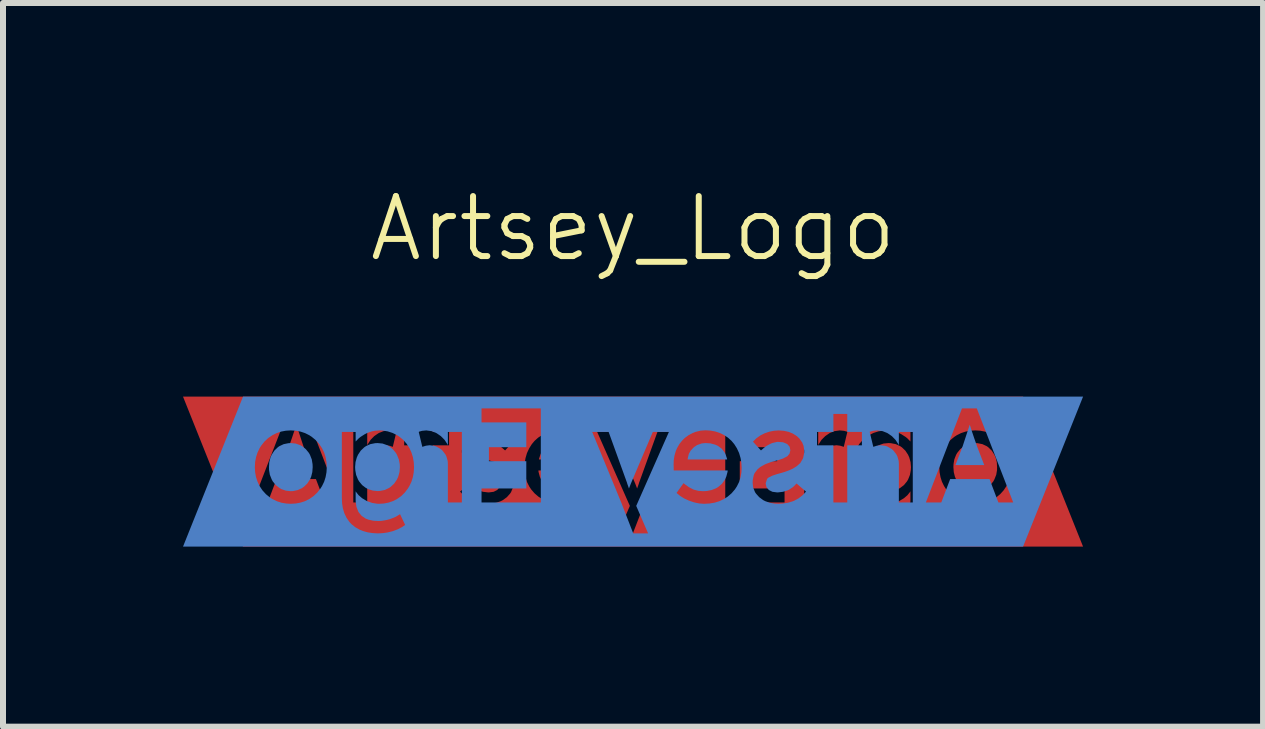
<source format=kicad_pcb>
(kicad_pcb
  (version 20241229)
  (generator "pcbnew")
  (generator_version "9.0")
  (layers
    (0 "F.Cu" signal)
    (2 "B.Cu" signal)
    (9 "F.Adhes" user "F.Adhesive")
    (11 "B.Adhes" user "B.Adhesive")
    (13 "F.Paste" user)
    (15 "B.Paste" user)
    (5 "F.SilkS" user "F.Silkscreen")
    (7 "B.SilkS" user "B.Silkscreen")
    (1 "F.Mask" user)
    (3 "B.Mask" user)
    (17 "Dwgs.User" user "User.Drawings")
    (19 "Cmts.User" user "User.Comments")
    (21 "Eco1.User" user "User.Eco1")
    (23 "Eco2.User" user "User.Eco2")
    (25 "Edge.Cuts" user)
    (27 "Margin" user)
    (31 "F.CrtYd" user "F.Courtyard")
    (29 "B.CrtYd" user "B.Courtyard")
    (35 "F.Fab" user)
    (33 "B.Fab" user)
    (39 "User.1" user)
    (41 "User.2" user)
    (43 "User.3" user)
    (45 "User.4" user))
  (footprint "Artsey_Logo"
    (layer "F.Cu")
    (at 7.5 4.66)
    (property "Reference" "Artsey_Logo" (at 0 -3.9 0) (unlocked yes) (layer "F.SilkS") (effects (font (size 1 1) (thickness 0.1))))
    (attr smd)
    (fp_poly (pts (xy -5.61 -0.627) (xy -5.59 -0.567) (xy -5.565 -0.492) (xy -5.546 -0.434) (xy -5.521 -0.358) (xy -5.496 -0.281) (xy -5.373 0.041) (xy -5.853 0.041) (xy -5.733 -0.272) (xy -5.726 -0.292) (xy -5.7 -0.367) (xy -5.683 -0.415) (xy -5.658 -0.49) (xy -5.642 -0.537) (xy -5.618 -0.613) (xy -5.612 -0.632)) (stroke (width 0) (type solid)) (fill yes) (layer "F.Cu"))
    (fp_poly (pts (xy -1.145 -0.32) (xy -1.068 -0.293) (xy -1.016 -0.259) (xy -0.961 -0.201) (xy -0.93 -0.147) (xy -0.911 -0.068) (xy -0.911 -0.053) (xy -1.568 -0.053) (xy -1.566 -0.067) (xy -1.539 -0.146) (xy -1.527 -0.167) (xy -1.478 -0.232) (xy -1.413 -0.28) (xy -1.369 -0.3) (xy -1.288 -0.321) (xy -1.209 -0.326)) (stroke (width 0) (type solid)) (fill yes) (layer "F.Cu"))
    (fp_poly (pts (xy 4.298 -0.324) (xy 4.379 -0.308) (xy 4.451 -0.275) (xy 4.481 -0.254) (xy 4.538 -0.2) (xy 4.583 -0.132) (xy 4.604 -0.085) (xy 4.625 -0.009) (xy 4.632 0.075) (xy 4.629 0.125) (xy 4.615 0.204) (xy 4.584 0.281) (xy 4.565 0.313) (xy 4.515 0.374) (xy 4.452 0.422) (xy 4.414 0.442) (xy 4.336 0.466) (xy 4.258 0.474) (xy 4.218 0.472) (xy 4.138 0.456) (xy 4.066 0.422) (xy 4.036 0.401) (xy 3.979 0.347) (xy 3.934 0.28) (xy 3.913 0.233) (xy 3.892 0.157) (xy 3.886 0.075) (xy 3.888 0.026) (xy 3.903 -0.053) (xy 3.934 -0.13) (xy 3.953 -0.163) (xy 4.004 -0.224) (xy 4.066 -0.274) (xy 4.098 -0.291) (xy 4.174 -0.318) (xy 4.258 -0.326)) (stroke (width 0) (type solid)) (fill yes) (layer "F.Cu"))
    (fp_poly (pts (xy 5.743 -0.324) (xy 5.822 -0.308) (xy 5.893 -0.275) (xy 5.918 -0.258) (xy 5.978 -0.2) (xy 6.022 -0.132) (xy 6.043 -0.085) (xy 6.062 -0.009) (xy 6.067 0.075) (xy 6.066 0.124) (xy 6.053 0.202) (xy 6.022 0.28) (xy 6.004 0.313) (xy 5.954 0.374) (xy 5.893 0.423) (xy 5.861 0.441) (xy 5.786 0.467) (xy 5.704 0.476) (xy 5.666 0.474) (xy 5.587 0.457) (xy 5.515 0.423) (xy 5.485 0.402) (xy 5.428 0.347) (xy 5.384 0.28) (xy 5.364 0.233) (xy 5.345 0.157) (xy 5.339 0.075) (xy 5.341 0.026) (xy 5.354 -0.053) (xy 5.384 -0.13) (xy 5.403 -0.163) (xy 5.453 -0.224) (xy 5.515 -0.274) (xy 5.547 -0.291) (xy 5.622 -0.318) (xy 5.704 -0.326)) (stroke (width 0) (type solid)) (fill yes) (layer "F.Cu"))
    (fp_poly (pts (xy 7.5 1.4) (xy -6.5 1.4) (xy -6.514 0.664) (xy -6.336 0.664) (xy -6.089 0.664) (xy -5.941 0.274) (xy -5.285 0.274) (xy -5.137 0.664) (xy -4.88 0.664) (xy -5.332 -0.512) (xy -4.662 -0.512) (xy -4.662 0.664) (xy -4.43 0.664) (xy -4.43 0.015) (xy -4.427 -0.029) (xy -4.405 -0.105) (xy -4.388 -0.138) (xy -4.339 -0.202) (xy -4.312 -0.226) (xy -4.243 -0.266) (xy -4.208 -0.279) (xy -4.127 -0.29) (xy -4.063 -0.282) (xy -4.004 -0.263) (xy -3.944 -0.512) (xy -3.814 -0.512) (xy -3.814 -0.288) (xy -3.57 -0.288) (xy -3.57 0.664) (xy -3.339 0.664) (xy -3.339 0.483) (xy -2.882 0.483) (xy -2.877 0.489) (xy -2.823 0.546) (xy -2.755 0.598) (xy -2.685 0.635) (xy -2.663 0.644) (xy -2.584 0.668) (xy -2.499 0.682) (xy -2.418 0.686) (xy -2.36 0.683) (xy -2.279 0.669) (xy -2.203 0.642) (xy -2.168 0.624) (xy -2.103 0.576) (xy -2.05 0.517) (xy -2.033 0.492) (xy -2.002 0.415) (xy -1.993 0.337) (xy -1.995 0.291) (xy -2.011 0.211) (xy -2.024 0.178) (xy -2.073 0.113) (xy -2.102 0.088) (xy -1.81 0.088) (xy -1.806 0.163) (xy -1.792 0.243) (xy -1.769 0.319) (xy -1.73 0.397) (xy -1.698 0.446) (xy -1.642 0.511) (xy -1.577 0.567) (xy -1.511 0.609) (xy -1.438 0.643) (xy -1.36 0.667) (xy -1.277 0.681) (xy -1.189 0.686) (xy -1.179 0.686) (xy -1.1 0.68) (xy -1.02 0.663) (xy -1.01 0.66) (xy -0.931 0.633) (xy -0.857 0.599) (xy -0.852 0.597) (xy -0.785 0.555) (xy -0.725 0.505) (xy -0.842 0.342) (xy -0.863 0.36) (xy -0.931 0.409) (xy -1.004 0.447) (xy -1.009 0.449) (xy -1.088 0.47) (xy -1.167 0.476) (xy -1.227 0.473) (xy -1.309 0.457) (xy -1.384 0.427) (xy -1.418 0.407) (xy -1.481 0.353) (xy -1.53 0.286) (xy -1.554 0.233) (xy -1.575 0.154) (xy -1.577 0.131) (xy -0.678 0.131) (xy -0.676 0.032) (xy -0.678 -0.035) (xy -0.69 -0.114) (xy -0.713 -0.195) (xy -0.735 -0.245) (xy -0.775 -0.314) (xy -0.825 -0.375) (xy -0.863 -0.412) (xy -0.926 -0.458) (xy -0.997 -0.495) (xy -1.041 -0.512) (xy -0.598 -0.512) (xy -0.053 0.721) (xy -0.251 1.179) (xy -0.003 1.179) (xy 0.197 0.664) (xy 1.537 0.664) (xy 2.525 0.664) (xy 2.525 0.431) (xy 1.779 0.431) (xy 1.779 -0.024) (xy 2.402 -0.024) (xy 2.402 -0.257) (xy 1.779 -0.257) (xy 1.779 -0.512) (xy 2.853 -0.512) (xy 2.853 0.664) (xy 3.086 0.664) (xy 3.086 0.075) (xy 3.65 0.075) (xy 3.655 0.161) (xy 3.669 0.242) (xy 3.693 0.318) (xy 3.727 0.39) (xy 3.752 0.431) (xy 3.804 0.499) (xy 3.864 0.558) (xy 3.934 0.607) (xy 3.993 0.638) (xy 4.074 0.666) (xy 4.151 0.681) (xy 4.233 0.686) (xy 4.263 0.685) (xy 4.346 0.672) (xy 4.421 0.646) (xy 4.443 0.636) (xy 4.515 0.593) (xy 4.574 0.542) (xy 4.619 0.485) (xy 4.623 0.474) (xy 4.623 0.619) (xy 4.622 0.655) (xy 4.609 0.738) (xy 4.58 0.814) (xy 4.575 0.824) (xy 4.523 0.887) (xy 4.455 0.933) (xy 4.411 0.95) (xy 4.329 0.968) (xy 4.249 0.973) (xy 4.195 0.971) (xy 4.116 0.958) (xy 4.063 0.945) (xy 3.989 0.918) (xy 3.952 0.901) (xy 3.883 0.859) (xy 3.798 1.038) (xy 3.845 1.071) (xy 3.919 1.11) (xy 3.999 1.14) (xy 4.014 1.145) (xy 4.092 1.164) (xy 4.17 1.175) (xy 4.249 1.179) (xy 4.257 1.179) (xy 4.342 1.174) (xy 4.421 1.162) (xy 4.501 1.14) (xy 4.555 1.118) (xy 4.628 1.077) (xy 4.692 1.026) (xy 4.729 0.986) (xy 4.775 0.919) (xy 4.812 0.842) (xy 4.814 0.835) (xy 4.837 0.756) (xy 4.849 0.677) (xy 4.853 0.592) (xy 4.853 0.075) (xy 5.104 0.075) (xy 5.109 0.161) (xy 5.124 0.242) (xy 5.148 0.318) (xy 5.183 0.39) (xy 5.209 0.431) (xy 5.262 0.499) (xy 5.325 0.558) (xy 5.396 0.607) (xy 5.466 0.642) (xy 5.541 0.666) (xy 5.62 0.681) (xy 5.704 0.686) (xy 5.777 0.682) (xy 5.856 0.669) (xy 5.931 0.645) (xy 6.01 0.607) (xy 6.051 0.581) (xy 6.118 0.526) (xy 6.176 0.462) (xy 6.224 0.39) (xy 6.258 0.318) (xy 6.283 0.242) (xy 6.298 0.161) (xy 6.303 0.075) (xy 6.298 -0.011) (xy 6.283 -0.092) (xy 6.258 -0.168) (xy 6.224 -0.24) (xy 6.198 -0.281) (xy 6.145 -0.349) (xy 6.082 -0.408) (xy 6.01 -0.457) (xy 5.94 -0.492) (xy 5.866 -0.517) (xy 5.787 -0.532) (xy 5.704 -0.537) (xy 5.62 -0.532) (xy 5.541 -0.517) (xy 5.466 -0.492) (xy 5.396 -0.457) (xy 5.356 -0.431) (xy 5.289 -0.376) (xy 5.231 -0.312) (xy 5.183 -0.24) (xy 5.148 -0.168) (xy 5.124 -0.092) (xy 5.109 -0.011) (xy 5.104 0.075) (xy 4.853 0.075) (xy 4.853 -0.512) (xy 4.623 -0.512) (xy 4.623 -0.352) (xy 4.569 -0.407) (xy 4.541 -0.429) (xy 4.472 -0.473) (xy 4.431 -0.494) (xy 4.356 -0.52) (xy 4.304 -0.531) (xy 4.226 -0.537) (xy 4.176 -0.535) (xy 4.089 -0.521) (xy 4.008 -0.495) (xy 3.931 -0.457) (xy 3.892 -0.431) (xy 3.827 -0.376) (xy 3.772 -0.312) (xy 3.725 -0.24) (xy 3.693 -0.168) (xy 3.669 -0.092) (xy 3.655 -0.011) (xy 3.65 0.075) (xy 3.086 0.075) (xy 3.086 0.015) (xy 3.089 -0.029) (xy 3.111 -0.105) (xy 3.128 -0.138) (xy 3.177 -0.202) (xy 3.204 -0.226) (xy 3.273 -0.266) (xy 3.308 -0.279) (xy 3.389 -0.29) (xy 3.452 -0.282) (xy 3.512 -0.263) (xy 3.572 -0.514) (xy 3.517 -0.53) (xy 3.444 -0.537) (xy 3.439 -0.536) (xy 3.358 -0.525) (xy 3.284 -0.496) (xy 3.27 -0.488) (xy 3.203 -0.442) (xy 3.147 -0.386) (xy 3.14 -0.378) (xy 3.094 -0.308) (xy 3.086 -0.288) (xy 3.086 -0.512) (xy 2.853 -0.512) (xy 1.779 -0.512) (xy 1.779 -0.671) (xy 2.525 -0.671) (xy 2.525 -0.904) (xy 1.537 -0.904) (xy 1.537 0.664) (xy 0.197 0.664) (xy 0.681 -0.512) (xy 0.407 -0.512) (xy 0.1 0.337) (xy 0.095 0.355) (xy 0.068 0.431) (xy 0.068 0.432) (xy 0.064 0.421) (xy 0.038 0.353) (xy -0.33 -0.512) (xy -0.598 -0.512) (xy -1.041 -0.512) (xy -1.047 -0.514) (xy -1.126 -0.533) (xy -1.209 -0.539) (xy -1.289 -0.534) (xy -1.372 -0.519) (xy -1.45 -0.493) (xy -1.516 -0.46) (xy -1.582 -0.416) (xy -1.641 -0.363) (xy -1.687 -0.308) (xy -1.73 -0.24) (xy -1.765 -0.165) (xy -1.768 -0.158) (xy -1.792 -0.076) (xy -1.796 -0.053) (xy -1.805 0.004) (xy -1.81 0.088) (xy -2.102 0.088) (xy -2.12 0.073) (xy -2.189 0.034) (xy -2.217 0.021) (xy -2.295 -0.008) (xy -2.374 -0.03) (xy -2.423 -0.043) (xy -2.499 -0.068) (xy -2.502 -0.07) (xy -2.573 -0.107) (xy -2.608 -0.15) (xy -2.622 -0.205) (xy -2.609 -0.266) (xy -2.569 -0.31) (xy -2.506 -0.337) (xy -2.498 -0.339) (xy -2.421 -0.346) (xy -2.404 -0.346) (xy -2.326 -0.328) (xy -2.294 -0.316) (xy -2.224 -0.278) (xy -2.191 -0.254) (xy -2.132 -0.203) (xy -1.999 -0.349) (xy -2.052 -0.403) (xy -2.116 -0.449) (xy -2.12 -0.452) (xy -2.193 -0.489) (xy -2.267 -0.514) (xy -2.272 -0.516) (xy -2.349 -0.531) (xy -2.432 -0.537) (xy -2.437 -0.536) (xy -2.517 -0.53) (xy -2.596 -0.512) (xy -2.664 -0.484) (xy -2.731 -0.441) (xy -2.773 -0.401) (xy -2.82 -0.334) (xy -2.842 -0.278) (xy -2.853 -0.198) (xy -2.852 -0.165) (xy -2.837 -0.087) (xy -2.828 -0.063) (xy -2.788 0.006) (xy -2.729 0.059) (xy -2.66 0.102) (xy -2.604 0.127) (xy -2.524 0.156) (xy -2.448 0.178) (xy -2.398 0.192) (xy -2.323 0.217) (xy -2.253 0.252) (xy -2.234 0.271) (xy -2.21 0.346) (xy -2.224 0.408) (xy -2.263 0.456) (xy -2.323 0.486) (xy -2.398 0.496) (xy -2.417 0.496) (xy -2.499 0.486) (xy -2.579 0.461) (xy -2.603 0.449) (xy -2.669 0.405) (xy -2.725 0.348) (xy -2.882 0.483) (xy -3.339 0.483) (xy -3.339 -0.288) (xy -3.066 -0.288) (xy -3.066 -0.512) (xy -3.339 -0.512) (xy -3.339 -0.812) (xy -3.57 -0.812) (xy -3.57 -0.512) (xy -3.814 -0.512) (xy -3.944 -0.512) (xy -3.943 -0.514) (xy -3.999 -0.53) (xy -4.071 -0.537) (xy -4.076 -0.536) (xy -4.158 -0.525) (xy -4.231 -0.496) (xy -4.246 -0.488) (xy -4.313 -0.442) (xy -4.368 -0.386) (xy -4.375 -0.378) (xy -4.421 -0.308) (xy -4.43 -0.288) (xy -4.43 -0.512) (xy -4.662 -0.512) (xy -5.332 -0.512) (xy -5.482 -0.904) (xy -5.729 -0.904) (xy -6.095 0.041) (xy -6.336 0.664) (xy -6.514 0.664) (xy -6.5 1.4) (xy -7.5 -1.1) (xy 6.5 -1.1)) (stroke (width 0) (type solid)) (fill yes) (layer "F.Cu"))
    (fp_poly (pts (xy -5.61 -0.627) (xy -5.59 -0.567) (xy -5.565 -0.492) (xy -5.546 -0.434) (xy -5.521 -0.358) (xy -5.496 -0.281) (xy -5.373 0.041) (xy -5.853 0.041) (xy -5.733 -0.272) (xy -5.726 -0.292) (xy -5.7 -0.367) (xy -5.683 -0.415) (xy -5.658 -0.49) (xy -5.642 -0.537) (xy -5.618 -0.613) (xy -5.612 -0.632)) (stroke (width 0) (type solid)) (fill yes) (layer "F.Mask"))
    (fp_poly (pts (xy -1.145 -0.32) (xy -1.068 -0.293) (xy -1.016 -0.259) (xy -0.961 -0.201) (xy -0.93 -0.147) (xy -0.911 -0.068) (xy -0.911 -0.053) (xy -1.568 -0.053) (xy -1.566 -0.067) (xy -1.539 -0.146) (xy -1.527 -0.167) (xy -1.478 -0.232) (xy -1.413 -0.28) (xy -1.369 -0.3) (xy -1.288 -0.321) (xy -1.209 -0.326)) (stroke (width 0) (type solid)) (fill yes) (layer "F.Mask"))
    (fp_poly (pts (xy 4.298 -0.324) (xy 4.379 -0.308) (xy 4.451 -0.275) (xy 4.481 -0.254) (xy 4.538 -0.2) (xy 4.583 -0.132) (xy 4.604 -0.085) (xy 4.625 -0.009) (xy 4.632 0.075) (xy 4.629 0.125) (xy 4.615 0.204) (xy 4.584 0.281) (xy 4.565 0.313) (xy 4.515 0.374) (xy 4.452 0.422) (xy 4.414 0.442) (xy 4.336 0.466) (xy 4.258 0.474) (xy 4.218 0.472) (xy 4.138 0.456) (xy 4.066 0.422) (xy 4.036 0.401) (xy 3.979 0.347) (xy 3.934 0.28) (xy 3.913 0.233) (xy 3.892 0.157) (xy 3.886 0.075) (xy 3.888 0.026) (xy 3.903 -0.053) (xy 3.934 -0.13) (xy 3.953 -0.163) (xy 4.004 -0.224) (xy 4.066 -0.274) (xy 4.098 -0.291) (xy 4.174 -0.318) (xy 4.258 -0.326)) (stroke (width 0) (type solid)) (fill yes) (layer "F.Mask"))
    (fp_poly (pts (xy 5.743 -0.324) (xy 5.822 -0.308) (xy 5.893 -0.275) (xy 5.918 -0.258) (xy 5.978 -0.2) (xy 6.022 -0.132) (xy 6.043 -0.085) (xy 6.062 -0.009) (xy 6.067 0.075) (xy 6.066 0.124) (xy 6.053 0.202) (xy 6.022 0.28) (xy 6.004 0.313) (xy 5.954 0.374) (xy 5.893 0.423) (xy 5.861 0.441) (xy 5.786 0.467) (xy 5.704 0.476) (xy 5.666 0.474) (xy 5.587 0.457) (xy 5.515 0.423) (xy 5.485 0.402) (xy 5.428 0.347) (xy 5.384 0.28) (xy 5.364 0.233) (xy 5.345 0.157) (xy 5.339 0.075) (xy 5.341 0.026) (xy 5.354 -0.053) (xy 5.384 -0.13) (xy 5.403 -0.163) (xy 5.453 -0.224) (xy 5.515 -0.274) (xy 5.547 -0.291) (xy 5.622 -0.318) (xy 5.704 -0.326)) (stroke (width 0) (type solid)) (fill yes) (layer "F.Mask"))
    (fp_poly (pts (xy 7.5 1.4) (xy -6.5 1.4) (xy -6.514 0.664) (xy -6.336 0.664) (xy -6.089 0.664) (xy -5.941 0.274) (xy -5.285 0.274) (xy -5.137 0.664) (xy -4.88 0.664) (xy -5.332 -0.512) (xy -4.662 -0.512) (xy -4.662 0.664) (xy -4.43 0.664) (xy -4.43 0.015) (xy -4.427 -0.029) (xy -4.405 -0.105) (xy -4.388 -0.138) (xy -4.339 -0.202) (xy -4.312 -0.226) (xy -4.243 -0.266) (xy -4.208 -0.279) (xy -4.127 -0.29) (xy -4.063 -0.282) (xy -4.004 -0.263) (xy -3.944 -0.512) (xy -3.814 -0.512) (xy -3.814 -0.288) (xy -3.57 -0.288) (xy -3.57 0.664) (xy -3.339 0.664) (xy -3.339 0.483) (xy -2.882 0.483) (xy -2.877 0.489) (xy -2.823 0.546) (xy -2.755 0.598) (xy -2.685 0.635) (xy -2.663 0.644) (xy -2.584 0.668) (xy -2.499 0.682) (xy -2.418 0.686) (xy -2.36 0.683) (xy -2.279 0.669) (xy -2.203 0.642) (xy -2.168 0.624) (xy -2.103 0.576) (xy -2.05 0.517) (xy -2.033 0.492) (xy -2.002 0.415) (xy -1.993 0.337) (xy -1.995 0.291) (xy -2.011 0.211) (xy -2.024 0.178) (xy -2.073 0.113) (xy -2.102 0.088) (xy -1.81 0.088) (xy -1.806 0.163) (xy -1.792 0.243) (xy -1.769 0.319) (xy -1.73 0.397) (xy -1.698 0.446) (xy -1.642 0.511) (xy -1.577 0.567) (xy -1.511 0.609) (xy -1.438 0.643) (xy -1.36 0.667) (xy -1.277 0.681) (xy -1.189 0.686) (xy -1.179 0.686) (xy -1.1 0.68) (xy -1.02 0.663) (xy -1.01 0.66) (xy -0.931 0.633) (xy -0.857 0.599) (xy -0.852 0.597) (xy -0.785 0.555) (xy -0.725 0.505) (xy -0.842 0.342) (xy -0.863 0.36) (xy -0.931 0.409) (xy -1.004 0.447) (xy -1.009 0.449) (xy -1.088 0.47) (xy -1.167 0.476) (xy -1.227 0.473) (xy -1.309 0.457) (xy -1.384 0.427) (xy -1.418 0.407) (xy -1.481 0.353) (xy -1.53 0.286) (xy -1.554 0.233) (xy -1.575 0.154) (xy -1.577 0.131) (xy -0.678 0.131) (xy -0.676 0.032) (xy -0.678 -0.035) (xy -0.69 -0.114) (xy -0.713 -0.195) (xy -0.735 -0.245) (xy -0.775 -0.314) (xy -0.825 -0.375) (xy -0.863 -0.412) (xy -0.926 -0.458) (xy -0.997 -0.495) (xy -1.041 -0.512) (xy -0.598 -0.512) (xy -0.053 0.721) (xy -0.251 1.179) (xy -0.003 1.179) (xy 0.197 0.664) (xy 1.537 0.664) (xy 2.525 0.664) (xy 2.525 0.431) (xy 1.779 0.431) (xy 1.779 -0.024) (xy 2.402 -0.024) (xy 2.402 -0.257) (xy 1.779 -0.257) (xy 1.779 -0.512) (xy 2.853 -0.512) (xy 2.853 0.664) (xy 3.086 0.664) (xy 3.086 0.075) (xy 3.65 0.075) (xy 3.655 0.161) (xy 3.669 0.242) (xy 3.693 0.318) (xy 3.727 0.39) (xy 3.752 0.431) (xy 3.804 0.499) (xy 3.864 0.558) (xy 3.934 0.607) (xy 3.993 0.638) (xy 4.074 0.666) (xy 4.151 0.681) (xy 4.233 0.686) (xy 4.263 0.685) (xy 4.346 0.672) (xy 4.421 0.646) (xy 4.443 0.636) (xy 4.515 0.593) (xy 4.574 0.542) (xy 4.619 0.485) (xy 4.623 0.474) (xy 4.623 0.619) (xy 4.622 0.655) (xy 4.609 0.738) (xy 4.58 0.814) (xy 4.575 0.824) (xy 4.523 0.887) (xy 4.455 0.933) (xy 4.411 0.95) (xy 4.329 0.968) (xy 4.249 0.973) (xy 4.195 0.971) (xy 4.116 0.958) (xy 4.063 0.945) (xy 3.989 0.918) (xy 3.952 0.901) (xy 3.883 0.859) (xy 3.798 1.038) (xy 3.845 1.071) (xy 3.919 1.11) (xy 3.999 1.14) (xy 4.014 1.145) (xy 4.092 1.164) (xy 4.17 1.175) (xy 4.249 1.179) (xy 4.257 1.179) (xy 4.342 1.174) (xy 4.421 1.162) (xy 4.501 1.14) (xy 4.555 1.118) (xy 4.628 1.077) (xy 4.692 1.026) (xy 4.729 0.986) (xy 4.775 0.919) (xy 4.812 0.842) (xy 4.814 0.835) (xy 4.837 0.756) (xy 4.849 0.677) (xy 4.853 0.592) (xy 4.853 0.075) (xy 5.104 0.075) (xy 5.109 0.161) (xy 5.124 0.242) (xy 5.148 0.318) (xy 5.183 0.39) (xy 5.209 0.431) (xy 5.262 0.499) (xy 5.325 0.558) (xy 5.396 0.607) (xy 5.466 0.642) (xy 5.541 0.666) (xy 5.62 0.681) (xy 5.704 0.686) (xy 5.777 0.682) (xy 5.856 0.669) (xy 5.931 0.645) (xy 6.01 0.607) (xy 6.051 0.581) (xy 6.118 0.526) (xy 6.176 0.462) (xy 6.224 0.39) (xy 6.258 0.318) (xy 6.283 0.242) (xy 6.298 0.161) (xy 6.303 0.075) (xy 6.298 -0.011) (xy 6.283 -0.092) (xy 6.258 -0.168) (xy 6.224 -0.24) (xy 6.198 -0.281) (xy 6.145 -0.349) (xy 6.082 -0.408) (xy 6.01 -0.457) (xy 5.94 -0.492) (xy 5.866 -0.517) (xy 5.787 -0.532) (xy 5.704 -0.537) (xy 5.62 -0.532) (xy 5.541 -0.517) (xy 5.466 -0.492) (xy 5.396 -0.457) (xy 5.356 -0.431) (xy 5.289 -0.376) (xy 5.231 -0.312) (xy 5.183 -0.24) (xy 5.148 -0.168) (xy 5.124 -0.092) (xy 5.109 -0.011) (xy 5.104 0.075) (xy 4.853 0.075) (xy 4.853 -0.512) (xy 4.623 -0.512) (xy 4.623 -0.352) (xy 4.569 -0.407) (xy 4.541 -0.429) (xy 4.472 -0.473) (xy 4.431 -0.494) (xy 4.356 -0.52) (xy 4.304 -0.531) (xy 4.226 -0.537) (xy 4.176 -0.535) (xy 4.089 -0.521) (xy 4.008 -0.495) (xy 3.931 -0.457) (xy 3.892 -0.431) (xy 3.827 -0.376) (xy 3.772 -0.312) (xy 3.725 -0.24) (xy 3.693 -0.168) (xy 3.669 -0.092) (xy 3.655 -0.011) (xy 3.65 0.075) (xy 3.086 0.075) (xy 3.086 0.015) (xy 3.089 -0.029) (xy 3.111 -0.105) (xy 3.128 -0.138) (xy 3.177 -0.202) (xy 3.204 -0.226) (xy 3.273 -0.266) (xy 3.308 -0.279) (xy 3.389 -0.29) (xy 3.452 -0.282) (xy 3.512 -0.263) (xy 3.572 -0.514) (xy 3.517 -0.53) (xy 3.444 -0.537) (xy 3.439 -0.536) (xy 3.358 -0.525) (xy 3.284 -0.496) (xy 3.27 -0.488) (xy 3.203 -0.442) (xy 3.147 -0.386) (xy 3.14 -0.378) (xy 3.094 -0.308) (xy 3.086 -0.288) (xy 3.086 -0.512) (xy 2.853 -0.512) (xy 1.779 -0.512) (xy 1.779 -0.671) (xy 2.525 -0.671) (xy 2.525 -0.904) (xy 1.537 -0.904) (xy 1.537 0.664) (xy 0.197 0.664) (xy 0.681 -0.512) (xy 0.407 -0.512) (xy 0.1 0.337) (xy 0.095 0.355) (xy 0.068 0.431) (xy 0.068 0.432) (xy 0.064 0.421) (xy 0.038 0.353) (xy -0.33 -0.512) (xy -0.598 -0.512) (xy -1.041 -0.512) (xy -1.047 -0.514) (xy -1.126 -0.533) (xy -1.209 -0.539) (xy -1.289 -0.534) (xy -1.372 -0.519) (xy -1.45 -0.493) (xy -1.516 -0.46) (xy -1.582 -0.416) (xy -1.641 -0.363) (xy -1.687 -0.308) (xy -1.73 -0.24) (xy -1.765 -0.165) (xy -1.768 -0.158) (xy -1.792 -0.076) (xy -1.796 -0.053) (xy -1.805 0.004) (xy -1.81 0.088) (xy -2.102 0.088) (xy -2.12 0.073) (xy -2.189 0.034) (xy -2.217 0.021) (xy -2.295 -0.008) (xy -2.374 -0.03) (xy -2.423 -0.043) (xy -2.499 -0.068) (xy -2.502 -0.07) (xy -2.573 -0.107) (xy -2.608 -0.15) (xy -2.622 -0.205) (xy -2.609 -0.266) (xy -2.569 -0.31) (xy -2.506 -0.337) (xy -2.498 -0.339) (xy -2.421 -0.346) (xy -2.404 -0.346) (xy -2.326 -0.328) (xy -2.294 -0.316) (xy -2.224 -0.278) (xy -2.191 -0.254) (xy -2.132 -0.203) (xy -1.999 -0.349) (xy -2.052 -0.403) (xy -2.116 -0.449) (xy -2.12 -0.452) (xy -2.193 -0.489) (xy -2.267 -0.514) (xy -2.272 -0.516) (xy -2.349 -0.531) (xy -2.432 -0.537) (xy -2.437 -0.536) (xy -2.517 -0.53) (xy -2.596 -0.512) (xy -2.664 -0.484) (xy -2.731 -0.441) (xy -2.773 -0.401) (xy -2.82 -0.334) (xy -2.842 -0.278) (xy -2.853 -0.198) (xy -2.852 -0.165) (xy -2.837 -0.087) (xy -2.828 -0.063) (xy -2.788 0.006) (xy -2.729 0.059) (xy -2.66 0.102) (xy -2.604 0.127) (xy -2.524 0.156) (xy -2.448 0.178) (xy -2.398 0.192) (xy -2.323 0.217) (xy -2.253 0.252) (xy -2.234 0.271) (xy -2.21 0.346) (xy -2.224 0.408) (xy -2.263 0.456) (xy -2.323 0.486) (xy -2.398 0.496) (xy -2.417 0.496) (xy -2.499 0.486) (xy -2.579 0.461) (xy -2.603 0.449) (xy -2.669 0.405) (xy -2.725 0.348) (xy -2.882 0.483) (xy -3.339 0.483) (xy -3.339 -0.288) (xy -3.066 -0.288) (xy -3.066 -0.512) (xy -3.339 -0.512) (xy -3.339 -0.812) (xy -3.57 -0.812) (xy -3.57 -0.512) (xy -3.814 -0.512) (xy -3.944 -0.512) (xy -3.943 -0.514) (xy -3.999 -0.53) (xy -4.071 -0.537) (xy -4.076 -0.536) (xy -4.158 -0.525) (xy -4.231 -0.496) (xy -4.246 -0.488) (xy -4.313 -0.442) (xy -4.368 -0.386) (xy -4.375 -0.378) (xy -4.421 -0.308) (xy -4.43 -0.288) (xy -4.43 -0.512) (xy -4.662 -0.512) (xy -5.332 -0.512) (xy -5.482 -0.904) (xy -5.729 -0.904) (xy -6.095 0.041) (xy -6.336 0.664) (xy -6.514 0.664) (xy -6.5 1.4) (xy -7.5 -1.1) (xy 6.5 -1.1)) (stroke (width 0) (type solid)) (fill yes) (layer "F.Mask"))
    (fp_poly (pts (xy 1.145 -0.32) (xy 1.068 -0.293) (xy 1.016 -0.259) (xy 0.961 -0.201) (xy 0.93 -0.147) (xy 0.911 -0.068) (xy 0.911 -0.053) (xy 1.568 -0.053) (xy 1.566 -0.067) (xy 1.539 -0.146) (xy 1.527 -0.167) (xy 1.478 -0.232) (xy 1.413 -0.28) (xy 1.369 -0.3) (xy 1.288 -0.321) (xy 1.209 -0.326)) (stroke (width 0) (type solid)) (fill yes) (layer "B.Cu"))
    (fp_poly (pts (xy 5.61 -0.627) (xy 5.59 -0.567) (xy 5.565 -0.492) (xy 5.546 -0.434) (xy 5.521 -0.358) (xy 5.496 -0.281) (xy 5.373 0.041) (xy 5.853 0.041) (xy 5.733 -0.272) (xy 5.726 -0.292) (xy 5.7 -0.367) (xy 5.683 -0.415) (xy 5.658 -0.49) (xy 5.642 -0.537) (xy 5.618 -0.613) (xy 5.612 -0.632)) (stroke (width 0) (type solid)) (fill yes) (layer "B.Cu"))
    (fp_poly (pts (xy -5.743 -0.324) (xy -5.822 -0.308) (xy -5.893 -0.275) (xy -5.918 -0.258) (xy -5.978 -0.2) (xy -6.022 -0.132) (xy -6.043 -0.085) (xy -6.062 -0.009) (xy -6.067 0.075) (xy -6.066 0.124) (xy -6.053 0.202) (xy -6.022 0.28) (xy -6.004 0.313) (xy -5.954 0.374) (xy -5.893 0.423) (xy -5.861 0.441) (xy -5.786 0.467) (xy -5.704 0.476) (xy -5.666 0.474) (xy -5.587 0.457) (xy -5.515 0.423) (xy -5.485 0.402) (xy -5.428 0.347) (xy -5.384 0.28) (xy -5.364 0.233) (xy -5.345 0.157) (xy -5.339 0.075) (xy -5.341 0.026) (xy -5.354 -0.053) (xy -5.384 -0.13) (xy -5.403 -0.163) (xy -5.453 -0.224) (xy -5.515 -0.274) (xy -5.547 -0.291) (xy -5.622 -0.318) (xy -5.704 -0.326)) (stroke (width 0) (type solid)) (fill yes) (layer "B.Cu"))
    (fp_poly (pts (xy -4.298 -0.324) (xy -4.379 -0.308) (xy -4.451 -0.275) (xy -4.481 -0.254) (xy -4.538 -0.2) (xy -4.583 -0.132) (xy -4.604 -0.085) (xy -4.625 -0.009) (xy -4.632 0.075) (xy -4.629 0.125) (xy -4.615 0.204) (xy -4.584 0.281) (xy -4.565 0.313) (xy -4.515 0.374) (xy -4.452 0.422) (xy -4.414 0.442) (xy -4.336 0.466) (xy -4.258 0.474) (xy -4.218 0.472) (xy -4.138 0.456) (xy -4.066 0.422) (xy -4.036 0.401) (xy -3.979 0.347) (xy -3.934 0.28) (xy -3.913 0.233) (xy -3.892 0.157) (xy -3.886 0.075) (xy -3.888 0.026) (xy -3.903 -0.053) (xy -3.934 -0.13) (xy -3.953 -0.163) (xy -4.004 -0.224) (xy -4.066 -0.274) (xy -4.098 -0.291) (xy -4.174 -0.318) (xy -4.258 -0.326)) (stroke (width 0) (type solid)) (fill yes) (layer "B.Cu"))
    (fp_poly (pts (xy -7.5 1.4) (xy 6.5 1.4) (xy 6.514 0.664) (xy 6.336 0.664) (xy 6.089 0.664) (xy 5.941 0.274) (xy 5.285 0.274) (xy 5.137 0.664) (xy 4.88 0.664) (xy 5.332 -0.512) (xy 4.662 -0.512) (xy 4.662 0.664) (xy 4.43 0.664) (xy 4.43 0.015) (xy 4.427 -0.029) (xy 4.405 -0.105) (xy 4.388 -0.138) (xy 4.339 -0.202) (xy 4.312 -0.226) (xy 4.243 -0.266) (xy 4.208 -0.279) (xy 4.127 -0.29) (xy 4.063 -0.282) (xy 4.004 -0.263) (xy 3.944 -0.512) (xy 3.814 -0.512) (xy 3.814 -0.288) (xy 3.57 -0.288) (xy 3.57 0.664) (xy 3.339 0.664) (xy 3.339 0.483) (xy 2.882 0.483) (xy 2.877 0.489) (xy 2.823 0.546) (xy 2.755 0.598) (xy 2.685 0.635) (xy 2.663 0.644) (xy 2.584 0.668) (xy 2.499 0.682) (xy 2.418 0.686) (xy 2.36 0.683) (xy 2.279 0.669) (xy 2.203 0.642) (xy 2.168 0.624) (xy 2.103 0.576) (xy 2.05 0.517) (xy 2.033 0.492) (xy 2.002 0.415) (xy 1.993 0.337) (xy 1.995 0.291) (xy 2.011 0.211) (xy 2.024 0.178) (xy 2.073 0.113) (xy 2.102 0.088) (xy 1.81 0.088) (xy 1.806 0.163) (xy 1.792 0.243) (xy 1.769 0.319) (xy 1.73 0.397) (xy 1.698 0.446) (xy 1.642 0.511) (xy 1.577 0.567) (xy 1.511 0.609) (xy 1.438 0.643) (xy 1.36 0.667) (xy 1.277 0.681) (xy 1.189 0.686) (xy 1.179 0.686) (xy 1.1 0.68) (xy 1.02 0.663) (xy 1.01 0.66) (xy 0.931 0.633) (xy 0.857 0.599) (xy 0.852 0.597) (xy 0.785 0.555) (xy 0.725 0.505) (xy 0.842 0.342) (xy 0.863 0.36) (xy 0.931 0.409) (xy 1.004 0.447) (xy 1.009 0.449) (xy 1.088 0.47) (xy 1.167 0.476) (xy 1.227 0.473) (xy 1.309 0.457) (xy 1.384 0.427) (xy 1.418 0.407) (xy 1.481 0.353) (xy 1.53 0.286) (xy 1.554 0.233) (xy 1.575 0.154) (xy 1.577 0.131) (xy 0.678 0.131) (xy 0.676 0.032) (xy 0.678 -0.035) (xy 0.69 -0.114) (xy 0.713 -0.195) (xy 0.735 -0.245) (xy 0.775 -0.314) (xy 0.825 -0.375) (xy 0.863 -0.412) (xy 0.926 -0.458) (xy 0.997 -0.495) (xy 1.041 -0.512) (xy 0.598 -0.512) (xy 0.053 0.721) (xy 0.251 1.179) (xy 0.003 1.179) (xy -0.197 0.664) (xy -1.537 0.664) (xy -2.525 0.664) (xy -2.525 0.431) (xy -1.779 0.431) (xy -1.779 -0.024) (xy -2.402 -0.024) (xy -2.402 -0.257) (xy -1.779 -0.257) (xy -1.779 -0.512) (xy -2.853 -0.512) (xy -2.853 0.664) (xy -3.086 0.664) (xy -3.086 0.075) (xy -3.65 0.075) (xy -3.655 0.161) (xy -3.669 0.242) (xy -3.693 0.318) (xy -3.727 0.39) (xy -3.752 0.431) (xy -3.804 0.499) (xy -3.864 0.558) (xy -3.934 0.607) (xy -3.993 0.638) (xy -4.074 0.666) (xy -4.151 0.681) (xy -4.233 0.686) (xy -4.263 0.685) (xy -4.346 0.672) (xy -4.421 0.646) (xy -4.443 0.636) (xy -4.515 0.593) (xy -4.574 0.542) (xy -4.619 0.485) (xy -4.623 0.474) (xy -4.623 0.619) (xy -4.622 0.655) (xy -4.609 0.738) (xy -4.58 0.814) (xy -4.575 0.824) (xy -4.523 0.887) (xy -4.455 0.933) (xy -4.411 0.95) (xy -4.329 0.968) (xy -4.249 0.973) (xy -4.195 0.971) (xy -4.116 0.958) (xy -4.063 0.945) (xy -3.989 0.918) (xy -3.952 0.901) (xy -3.883 0.859) (xy -3.798 1.038) (xy -3.845 1.071) (xy -3.919 1.11) (xy -3.999 1.14) (xy -4.014 1.145) (xy -4.092 1.164) (xy -4.17 1.175) (xy -4.249 1.179) (xy -4.257 1.179) (xy -4.342 1.174) (xy -4.421 1.162) (xy -4.501 1.14) (xy -4.555 1.118) (xy -4.628 1.077) (xy -4.692 1.026) (xy -4.729 0.986) (xy -4.775 0.919) (xy -4.812 0.842) (xy -4.814 0.835) (xy -4.837 0.756) (xy -4.849 0.677) (xy -4.853 0.592) (xy -4.853 0.075) (xy -5.104 0.075) (xy -5.109 0.161) (xy -5.124 0.242) (xy -5.148 0.318) (xy -5.183 0.39) (xy -5.209 0.431) (xy -5.262 0.499) (xy -5.325 0.558) (xy -5.396 0.607) (xy -5.466 0.642) (xy -5.541 0.666) (xy -5.62 0.681) (xy -5.704 0.686) (xy -5.777 0.682) (xy -5.856 0.669) (xy -5.931 0.645) (xy -6.01 0.607) (xy -6.051 0.581) (xy -6.118 0.526) (xy -6.176 0.462) (xy -6.224 0.39) (xy -6.258 0.318) (xy -6.283 0.242) (xy -6.298 0.161) (xy -6.303 0.075) (xy -6.298 -0.011) (xy -6.283 -0.092) (xy -6.258 -0.168) (xy -6.224 -0.24) (xy -6.198 -0.281) (xy -6.145 -0.349) (xy -6.082 -0.408) (xy -6.01 -0.457) (xy -5.94 -0.492) (xy -5.866 -0.517) (xy -5.787 -0.532) (xy -5.704 -0.537) (xy -5.62 -0.532) (xy -5.541 -0.517) (xy -5.466 -0.492) (xy -5.396 -0.457) (xy -5.356 -0.431) (xy -5.289 -0.376) (xy -5.231 -0.312) (xy -5.183 -0.24) (xy -5.148 -0.168) (xy -5.124 -0.092) (xy -5.109 -0.011) (xy -5.104 0.075) (xy -4.853 0.075) (xy -4.853 -0.512) (xy -4.623 -0.512) (xy -4.623 -0.352) (xy -4.569 -0.407) (xy -4.541 -0.429) (xy -4.472 -0.473) (xy -4.431 -0.494) (xy -4.356 -0.52) (xy -4.304 -0.531) (xy -4.226 -0.537) (xy -4.176 -0.535) (xy -4.089 -0.521) (xy -4.008 -0.495) (xy -3.931 -0.457) (xy -3.892 -0.431) (xy -3.827 -0.376) (xy -3.772 -0.312) (xy -3.725 -0.24) (xy -3.693 -0.168) (xy -3.669 -0.092) (xy -3.655 -0.011) (xy -3.65 0.075) (xy -3.086 0.075) (xy -3.086 0.015) (xy -3.089 -0.029) (xy -3.111 -0.105) (xy -3.128 -0.138) (xy -3.177 -0.202) (xy -3.204 -0.226) (xy -3.273 -0.266) (xy -3.308 -0.279) (xy -3.389 -0.29) (xy -3.452 -0.282) (xy -3.512 -0.263) (xy -3.572 -0.514) (xy -3.517 -0.53) (xy -3.444 -0.537) (xy -3.439 -0.536) (xy -3.358 -0.525) (xy -3.284 -0.496) (xy -3.27 -0.488) (xy -3.203 -0.442) (xy -3.147 -0.386) (xy -3.14 -0.378) (xy -3.094 -0.308) (xy -3.086 -0.288) (xy -3.086 -0.512) (xy -2.853 -0.512) (xy -1.779 -0.512) (xy -1.779 -0.671) (xy -2.525 -0.671) (xy -2.525 -0.904) (xy -1.537 -0.904) (xy -1.537 0.664) (xy -0.197 0.664) (xy -0.681 -0.512) (xy -0.407 -0.512) (xy -0.1 0.337) (xy -0.095 0.355) (xy -0.068 0.431) (xy -0.068 0.432) (xy -0.064 0.421) (xy -0.038 0.353) (xy 0.33 -0.512) (xy 0.598 -0.512) (xy 1.041 -0.512) (xy 1.047 -0.514) (xy 1.126 -0.533) (xy 1.209 -0.539) (xy 1.289 -0.534) (xy 1.372 -0.519) (xy 1.45 -0.493) (xy 1.516 -0.46) (xy 1.582 -0.416) (xy 1.641 -0.363) (xy 1.687 -0.308) (xy 1.73 -0.24) (xy 1.765 -0.165) (xy 1.768 -0.158) (xy 1.792 -0.076) (xy 1.796 -0.053) (xy 1.805 0.004) (xy 1.81 0.088) (xy 2.102 0.088) (xy 2.12 0.073) (xy 2.189 0.034) (xy 2.217 0.021) (xy 2.295 -0.008) (xy 2.374 -0.03) (xy 2.423 -0.043) (xy 2.499 -0.068) (xy 2.502 -0.07) (xy 2.573 -0.107) (xy 2.608 -0.15) (xy 2.622 -0.205) (xy 2.609 -0.266) (xy 2.569 -0.31) (xy 2.506 -0.337) (xy 2.498 -0.339) (xy 2.421 -0.346) (xy 2.404 -0.346) (xy 2.326 -0.328) (xy 2.294 -0.316) (xy 2.224 -0.278) (xy 2.191 -0.254) (xy 2.132 -0.203) (xy 1.999 -0.349) (xy 2.052 -0.403) (xy 2.116 -0.449) (xy 2.12 -0.452) (xy 2.193 -0.489) (xy 2.267 -0.514) (xy 2.272 -0.516) (xy 2.349 -0.531) (xy 2.432 -0.537) (xy 2.437 -0.536) (xy 2.517 -0.53) (xy 2.596 -0.512) (xy 2.664 -0.484) (xy 2.731 -0.441) (xy 2.773 -0.401) (xy 2.82 -0.334) (xy 2.842 -0.278) (xy 2.853 -0.198) (xy 2.852 -0.165) (xy 2.837 -0.087) (xy 2.828 -0.063) (xy 2.788 0.006) (xy 2.729 0.059) (xy 2.66 0.102) (xy 2.604 0.127) (xy 2.524 0.156) (xy 2.448 0.178) (xy 2.398 0.192) (xy 2.323 0.217) (xy 2.253 0.252) (xy 2.234 0.271) (xy 2.21 0.346) (xy 2.224 0.408) (xy 2.263 0.456) (xy 2.323 0.486) (xy 2.398 0.496) (xy 2.417 0.496) (xy 2.499 0.486) (xy 2.579 0.461) (xy 2.603 0.449) (xy 2.669 0.405) (xy 2.725 0.348) (xy 2.882 0.483) (xy 3.339 0.483) (xy 3.339 -0.288) (xy 3.066 -0.288) (xy 3.066 -0.512) (xy 3.339 -0.512) (xy 3.339 -0.812) (xy 3.57 -0.812) (xy 3.57 -0.512) (xy 3.814 -0.512) (xy 3.944 -0.512) (xy 3.943 -0.514) (xy 3.999 -0.53) (xy 4.071 -0.537) (xy 4.076 -0.536) (xy 4.158 -0.525) (xy 4.231 -0.496) (xy 4.246 -0.488) (xy 4.313 -0.442) (xy 4.368 -0.386) (xy 4.375 -0.378) (xy 4.421 -0.308) (xy 4.43 -0.288) (xy 4.43 -0.512) (xy 4.662 -0.512) (xy 5.332 -0.512) (xy 5.482 -0.904) (xy 5.729 -0.904) (xy 6.095 0.041) (xy 6.336 0.664) (xy 6.514 0.664) (xy 6.5 1.4) (xy 7.5 -1.1) (xy -6.5 -1.1)) (stroke (width 0) (type solid)) (fill yes) (layer "B.Cu"))
    (fp_poly (pts (xy 1.145 -0.32) (xy 1.068 -0.293) (xy 1.016 -0.259) (xy 0.961 -0.201) (xy 0.93 -0.147) (xy 0.911 -0.068) (xy 0.911 -0.053) (xy 1.568 -0.053) (xy 1.566 -0.067) (xy 1.539 -0.146) (xy 1.527 -0.167) (xy 1.478 -0.232) (xy 1.413 -0.28) (xy 1.369 -0.3) (xy 1.288 -0.321) (xy 1.209 -0.326)) (stroke (width 0) (type solid)) (fill yes) (layer "B.Mask"))
    (fp_poly (pts (xy 5.61 -0.627) (xy 5.59 -0.567) (xy 5.565 -0.492) (xy 5.546 -0.434) (xy 5.521 -0.358) (xy 5.496 -0.281) (xy 5.373 0.041) (xy 5.853 0.041) (xy 5.733 -0.272) (xy 5.726 -0.292) (xy 5.7 -0.367) (xy 5.683 -0.415) (xy 5.658 -0.49) (xy 5.642 -0.537) (xy 5.618 -0.613) (xy 5.612 -0.632)) (stroke (width 0) (type solid)) (fill yes) (layer "B.Mask"))
    (fp_poly (pts (xy -5.743 -0.324) (xy -5.822 -0.308) (xy -5.893 -0.275) (xy -5.918 -0.258) (xy -5.978 -0.2) (xy -6.022 -0.132) (xy -6.043 -0.085) (xy -6.062 -0.009) (xy -6.067 0.075) (xy -6.066 0.124) (xy -6.053 0.202) (xy -6.022 0.28) (xy -6.004 0.313) (xy -5.954 0.374) (xy -5.893 0.423) (xy -5.861 0.441) (xy -5.786 0.467) (xy -5.704 0.476) (xy -5.666 0.474) (xy -5.587 0.457) (xy -5.515 0.423) (xy -5.485 0.402) (xy -5.428 0.347) (xy -5.384 0.28) (xy -5.364 0.233) (xy -5.345 0.157) (xy -5.339 0.075) (xy -5.341 0.026) (xy -5.354 -0.053) (xy -5.384 -0.13) (xy -5.403 -0.163) (xy -5.453 -0.224) (xy -5.515 -0.274) (xy -5.547 -0.291) (xy -5.622 -0.318) (xy -5.704 -0.326)) (stroke (width 0) (type solid)) (fill yes) (layer "B.Mask"))
    (fp_poly (pts (xy -4.298 -0.324) (xy -4.379 -0.308) (xy -4.451 -0.275) (xy -4.481 -0.254) (xy -4.538 -0.2) (xy -4.583 -0.132) (xy -4.604 -0.085) (xy -4.625 -0.009) (xy -4.632 0.075) (xy -4.629 0.125) (xy -4.615 0.204) (xy -4.584 0.281) (xy -4.565 0.313) (xy -4.515 0.374) (xy -4.452 0.422) (xy -4.414 0.442) (xy -4.336 0.466) (xy -4.258 0.474) (xy -4.218 0.472) (xy -4.138 0.456) (xy -4.066 0.422) (xy -4.036 0.401) (xy -3.979 0.347) (xy -3.934 0.28) (xy -3.913 0.233) (xy -3.892 0.157) (xy -3.886 0.075) (xy -3.888 0.026) (xy -3.903 -0.053) (xy -3.934 -0.13) (xy -3.953 -0.163) (xy -4.004 -0.224) (xy -4.066 -0.274) (xy -4.098 -0.291) (xy -4.174 -0.318) (xy -4.258 -0.326)) (stroke (width 0) (type solid)) (fill yes) (layer "B.Mask"))
    (fp_poly (pts (xy -7.5 1.4) (xy 6.5 1.4) (xy 6.514 0.664) (xy 6.336 0.664) (xy 6.089 0.664) (xy 5.941 0.274) (xy 5.285 0.274) (xy 5.137 0.664) (xy 4.88 0.664) (xy 5.332 -0.512) (xy 4.662 -0.512) (xy 4.662 0.664) (xy 4.43 0.664) (xy 4.43 0.015) (xy 4.427 -0.029) (xy 4.405 -0.105) (xy 4.388 -0.138) (xy 4.339 -0.202) (xy 4.312 -0.226) (xy 4.243 -0.266) (xy 4.208 -0.279) (xy 4.127 -0.29) (xy 4.063 -0.282) (xy 4.004 -0.263) (xy 3.944 -0.512) (xy 3.814 -0.512) (xy 3.814 -0.288) (xy 3.57 -0.288) (xy 3.57 0.664) (xy 3.339 0.664) (xy 3.339 0.483) (xy 2.882 0.483) (xy 2.877 0.489) (xy 2.823 0.546) (xy 2.755 0.598) (xy 2.685 0.635) (xy 2.663 0.644) (xy 2.584 0.668) (xy 2.499 0.682) (xy 2.418 0.686) (xy 2.36 0.683) (xy 2.279 0.669) (xy 2.203 0.642) (xy 2.168 0.624) (xy 2.103 0.576) (xy 2.05 0.517) (xy 2.033 0.492) (xy 2.002 0.415) (xy 1.993 0.337) (xy 1.995 0.291) (xy 2.011 0.211) (xy 2.024 0.178) (xy 2.073 0.113) (xy 2.102 0.088) (xy 1.81 0.088) (xy 1.806 0.163) (xy 1.792 0.243) (xy 1.769 0.319) (xy 1.73 0.397) (xy 1.698 0.446) (xy 1.642 0.511) (xy 1.577 0.567) (xy 1.511 0.609) (xy 1.438 0.643) (xy 1.36 0.667) (xy 1.277 0.681) (xy 1.189 0.686) (xy 1.179 0.686) (xy 1.1 0.68) (xy 1.02 0.663) (xy 1.01 0.66) (xy 0.931 0.633) (xy 0.857 0.599) (xy 0.852 0.597) (xy 0.785 0.555) (xy 0.725 0.505) (xy 0.842 0.342) (xy 0.863 0.36) (xy 0.931 0.409) (xy 1.004 0.447) (xy 1.009 0.449) (xy 1.088 0.47) (xy 1.167 0.476) (xy 1.227 0.473) (xy 1.309 0.457) (xy 1.384 0.427) (xy 1.418 0.407) (xy 1.481 0.353) (xy 1.53 0.286) (xy 1.554 0.233) (xy 1.575 0.154) (xy 1.577 0.131) (xy 0.678 0.131) (xy 0.676 0.032) (xy 0.678 -0.035) (xy 0.69 -0.114) (xy 0.713 -0.195) (xy 0.735 -0.245) (xy 0.775 -0.314) (xy 0.825 -0.375) (xy 0.863 -0.412) (xy 0.926 -0.458) (xy 0.997 -0.495) (xy 1.041 -0.512) (xy 0.598 -0.512) (xy 0.053 0.721) (xy 0.251 1.179) (xy 0.003 1.179) (xy -0.197 0.664) (xy -1.537 0.664) (xy -2.525 0.664) (xy -2.525 0.431) (xy -1.779 0.431) (xy -1.779 -0.024) (xy -2.402 -0.024) (xy -2.402 -0.257) (xy -1.779 -0.257) (xy -1.779 -0.512) (xy -2.853 -0.512) (xy -2.853 0.664) (xy -3.086 0.664) (xy -3.086 0.075) (xy -3.65 0.075) (xy -3.655 0.161) (xy -3.669 0.242) (xy -3.693 0.318) (xy -3.727 0.39) (xy -3.752 0.431) (xy -3.804 0.499) (xy -3.864 0.558) (xy -3.934 0.607) (xy -3.993 0.638) (xy -4.074 0.666) (xy -4.151 0.681) (xy -4.233 0.686) (xy -4.263 0.685) (xy -4.346 0.672) (xy -4.421 0.646) (xy -4.443 0.636) (xy -4.515 0.593) (xy -4.574 0.542) (xy -4.619 0.485) (xy -4.623 0.474) (xy -4.623 0.619) (xy -4.622 0.655) (xy -4.609 0.738) (xy -4.58 0.814) (xy -4.575 0.824) (xy -4.523 0.887) (xy -4.455 0.933) (xy -4.411 0.95) (xy -4.329 0.968) (xy -4.249 0.973) (xy -4.195 0.971) (xy -4.116 0.958) (xy -4.063 0.945) (xy -3.989 0.918) (xy -3.952 0.901) (xy -3.883 0.859) (xy -3.798 1.038) (xy -3.845 1.071) (xy -3.919 1.11) (xy -3.999 1.14) (xy -4.014 1.145) (xy -4.092 1.164) (xy -4.17 1.175) (xy -4.249 1.179) (xy -4.257 1.179) (xy -4.342 1.174) (xy -4.421 1.162) (xy -4.501 1.14) (xy -4.555 1.118) (xy -4.628 1.077) (xy -4.692 1.026) (xy -4.729 0.986) (xy -4.775 0.919) (xy -4.812 0.842) (xy -4.814 0.835) (xy -4.837 0.756) (xy -4.849 0.677) (xy -4.853 0.592) (xy -4.853 0.075) (xy -5.104 0.075) (xy -5.109 0.161) (xy -5.124 0.242) (xy -5.148 0.318) (xy -5.183 0.39) (xy -5.209 0.431) (xy -5.262 0.499) (xy -5.325 0.558) (xy -5.396 0.607) (xy -5.466 0.642) (xy -5.541 0.666) (xy -5.62 0.681) (xy -5.704 0.686) (xy -5.777 0.682) (xy -5.856 0.669) (xy -5.931 0.645) (xy -6.01 0.607) (xy -6.051 0.581) (xy -6.118 0.526) (xy -6.176 0.462) (xy -6.224 0.39) (xy -6.258 0.318) (xy -6.283 0.242) (xy -6.298 0.161) (xy -6.303 0.075) (xy -6.298 -0.011) (xy -6.283 -0.092) (xy -6.258 -0.168) (xy -6.224 -0.24) (xy -6.198 -0.281) (xy -6.145 -0.349) (xy -6.082 -0.408) (xy -6.01 -0.457) (xy -5.94 -0.492) (xy -5.866 -0.517) (xy -5.787 -0.532) (xy -5.704 -0.537) (xy -5.62 -0.532) (xy -5.541 -0.517) (xy -5.466 -0.492) (xy -5.396 -0.457) (xy -5.356 -0.431) (xy -5.289 -0.376) (xy -5.231 -0.312) (xy -5.183 -0.24) (xy -5.148 -0.168) (xy -5.124 -0.092) (xy -5.109 -0.011) (xy -5.104 0.075) (xy -4.853 0.075) (xy -4.853 -0.512) (xy -4.623 -0.512) (xy -4.623 -0.352) (xy -4.569 -0.407) (xy -4.541 -0.429) (xy -4.472 -0.473) (xy -4.431 -0.494) (xy -4.356 -0.52) (xy -4.304 -0.531) (xy -4.226 -0.537) (xy -4.176 -0.535) (xy -4.089 -0.521) (xy -4.008 -0.495) (xy -3.931 -0.457) (xy -3.892 -0.431) (xy -3.827 -0.376) (xy -3.772 -0.312) (xy -3.725 -0.24) (xy -3.693 -0.168) (xy -3.669 -0.092) (xy -3.655 -0.011) (xy -3.65 0.075) (xy -3.086 0.075) (xy -3.086 0.015) (xy -3.089 -0.029) (xy -3.111 -0.105) (xy -3.128 -0.138) (xy -3.177 -0.202) (xy -3.204 -0.226) (xy -3.273 -0.266) (xy -3.308 -0.279) (xy -3.389 -0.29) (xy -3.452 -0.282) (xy -3.512 -0.263) (xy -3.572 -0.514) (xy -3.517 -0.53) (xy -3.444 -0.537) (xy -3.439 -0.536) (xy -3.358 -0.525) (xy -3.284 -0.496) (xy -3.27 -0.488) (xy -3.203 -0.442) (xy -3.147 -0.386) (xy -3.14 -0.378) (xy -3.094 -0.308) (xy -3.086 -0.288) (xy -3.086 -0.512) (xy -2.853 -0.512) (xy -1.779 -0.512) (xy -1.779 -0.671) (xy -2.525 -0.671) (xy -2.525 -0.904) (xy -1.537 -0.904) (xy -1.537 0.664) (xy -0.197 0.664) (xy -0.681 -0.512) (xy -0.407 -0.512) (xy -0.1 0.337) (xy -0.095 0.355) (xy -0.068 0.431) (xy -0.068 0.432) (xy -0.064 0.421) (xy -0.038 0.353) (xy 0.33 -0.512) (xy 0.598 -0.512) (xy 1.041 -0.512) (xy 1.047 -0.514) (xy 1.126 -0.533) (xy 1.209 -0.539) (xy 1.289 -0.534) (xy 1.372 -0.519) (xy 1.45 -0.493) (xy 1.516 -0.46) (xy 1.582 -0.416) (xy 1.641 -0.363) (xy 1.687 -0.308) (xy 1.73 -0.24) (xy 1.765 -0.165) (xy 1.768 -0.158) (xy 1.792 -0.076) (xy 1.796 -0.053) (xy 1.805 0.004) (xy 1.81 0.088) (xy 2.102 0.088) (xy 2.12 0.073) (xy 2.189 0.034) (xy 2.217 0.021) (xy 2.295 -0.008) (xy 2.374 -0.03) (xy 2.423 -0.043) (xy 2.499 -0.068) (xy 2.502 -0.07) (xy 2.573 -0.107) (xy 2.608 -0.15) (xy 2.622 -0.205) (xy 2.609 -0.266) (xy 2.569 -0.31) (xy 2.506 -0.337) (xy 2.498 -0.339) (xy 2.421 -0.346) (xy 2.404 -0.346) (xy 2.326 -0.328) (xy 2.294 -0.316) (xy 2.224 -0.278) (xy 2.191 -0.254) (xy 2.132 -0.203) (xy 1.999 -0.349) (xy 2.052 -0.403) (xy 2.116 -0.449) (xy 2.12 -0.452) (xy 2.193 -0.489) (xy 2.267 -0.514) (xy 2.272 -0.516) (xy 2.349 -0.531) (xy 2.432 -0.537) (xy 2.437 -0.536) (xy 2.517 -0.53) (xy 2.596 -0.512) (xy 2.664 -0.484) (xy 2.731 -0.441) (xy 2.773 -0.401) (xy 2.82 -0.334) (xy 2.842 -0.278) (xy 2.853 -0.198) (xy 2.852 -0.165) (xy 2.837 -0.087) (xy 2.828 -0.063) (xy 2.788 0.006) (xy 2.729 0.059) (xy 2.66 0.102) (xy 2.604 0.127) (xy 2.524 0.156) (xy 2.448 0.178) (xy 2.398 0.192) (xy 2.323 0.217) (xy 2.253 0.252) (xy 2.234 0.271) (xy 2.21 0.346) (xy 2.224 0.408) (xy 2.263 0.456) (xy 2.323 0.486) (xy 2.398 0.496) (xy 2.417 0.496) (xy 2.499 0.486) (xy 2.579 0.461) (xy 2.603 0.449) (xy 2.669 0.405) (xy 2.725 0.348) (xy 2.882 0.483) (xy 3.339 0.483) (xy 3.339 -0.288) (xy 3.066 -0.288) (xy 3.066 -0.512) (xy 3.339 -0.512) (xy 3.339 -0.812) (xy 3.57 -0.812) (xy 3.57 -0.512) (xy 3.814 -0.512) (xy 3.944 -0.512) (xy 3.943 -0.514) (xy 3.999 -0.53) (xy 4.071 -0.537) (xy 4.076 -0.536) (xy 4.158 -0.525) (xy 4.231 -0.496) (xy 4.246 -0.488) (xy 4.313 -0.442) (xy 4.368 -0.386) (xy 4.375 -0.378) (xy 4.421 -0.308) (xy 4.43 -0.288) (xy 4.43 -0.512) (xy 4.662 -0.512) (xy 5.332 -0.512) (xy 5.482 -0.904) (xy 5.729 -0.904) (xy 6.095 0.041) (xy 6.336 0.664) (xy 6.514 0.664) (xy 6.5 1.4) (xy 7.5 -1.1) (xy -6.5 -1.1)) (stroke (width 0) (type solid)) (fill yes) (layer "B.Mask")))
  (gr_rect
    (start -3 -3)
    (end 18 9.06)
    (stroke (width 0.1) (type default))
    (fill no)
    (layer "Edge.Cuts")))
</source>
